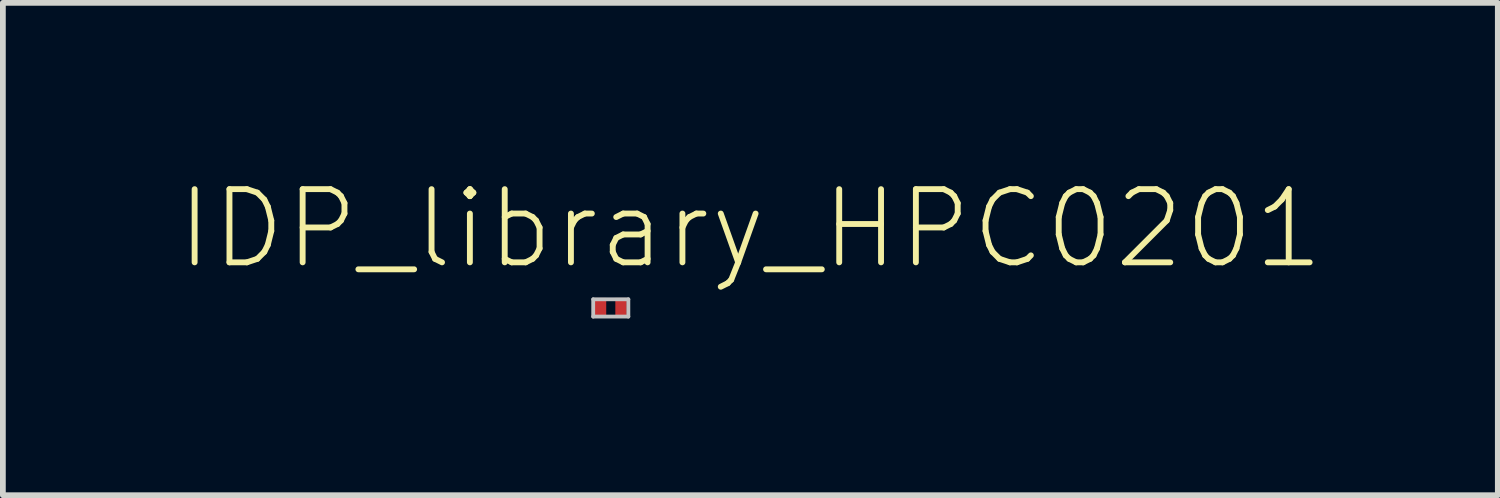
<source format=kicad_pcb>
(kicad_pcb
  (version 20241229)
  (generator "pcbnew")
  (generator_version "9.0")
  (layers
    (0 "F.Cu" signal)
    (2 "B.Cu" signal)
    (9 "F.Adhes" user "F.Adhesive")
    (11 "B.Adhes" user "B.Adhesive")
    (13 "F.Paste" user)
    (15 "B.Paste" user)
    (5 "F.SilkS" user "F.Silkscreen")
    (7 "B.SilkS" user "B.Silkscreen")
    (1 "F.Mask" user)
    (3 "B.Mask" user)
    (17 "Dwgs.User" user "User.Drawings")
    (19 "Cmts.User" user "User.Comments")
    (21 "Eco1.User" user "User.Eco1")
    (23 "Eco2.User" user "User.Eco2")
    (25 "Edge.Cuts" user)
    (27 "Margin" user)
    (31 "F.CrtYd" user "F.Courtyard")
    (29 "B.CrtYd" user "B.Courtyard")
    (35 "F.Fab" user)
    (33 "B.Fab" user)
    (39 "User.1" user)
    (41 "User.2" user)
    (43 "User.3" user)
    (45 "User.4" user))
  (footprint "IDP_library_HPC0201"
    (layer "F.Cu")
    (at 7.551 2.295)
    (property "Reference" "IDP_library_HPC0201" (at 2.423 -1.374 0) (layer "F.SilkS") (effects (font (size 1.27 1.27) (thickness 0.102))))
    (attr smd)
    (fp_line (start -0.305 -0.15) (end 0.305 -0.15) (stroke (width 0.066) (type solid)) (layer "Dwgs.User"))
    (fp_line (start -0.305 0.15) (end -0.305 -0.15) (stroke (width 0.066) (type solid)) (layer "Dwgs.User"))
    (fp_line (start -0.305 0.15) (end 0.305 0.15) (stroke (width 0.066) (type solid)) (layer "Dwgs.User"))
    (fp_line (start 0.305 0.15) (end 0.305 -0.15) (stroke (width 0.066) (type solid)) (layer "Dwgs.User"))
    (pad "1" smd rect (at -0.178 0) (size 0.198 0.348) (layers "F.Cu" "F.Mask" "F.Paste"))
    (pad "2" smd rect (at 0.178 0) (size 0.198 0.348) (layers "F.Cu" "F.Mask" "F.Paste")))
  (gr_rect
    (start -3 -3)
    (end 22.947 5.545)
    (stroke (width 0.1) (type default))
    (fill no)
    (layer "Edge.Cuts")))
</source>
